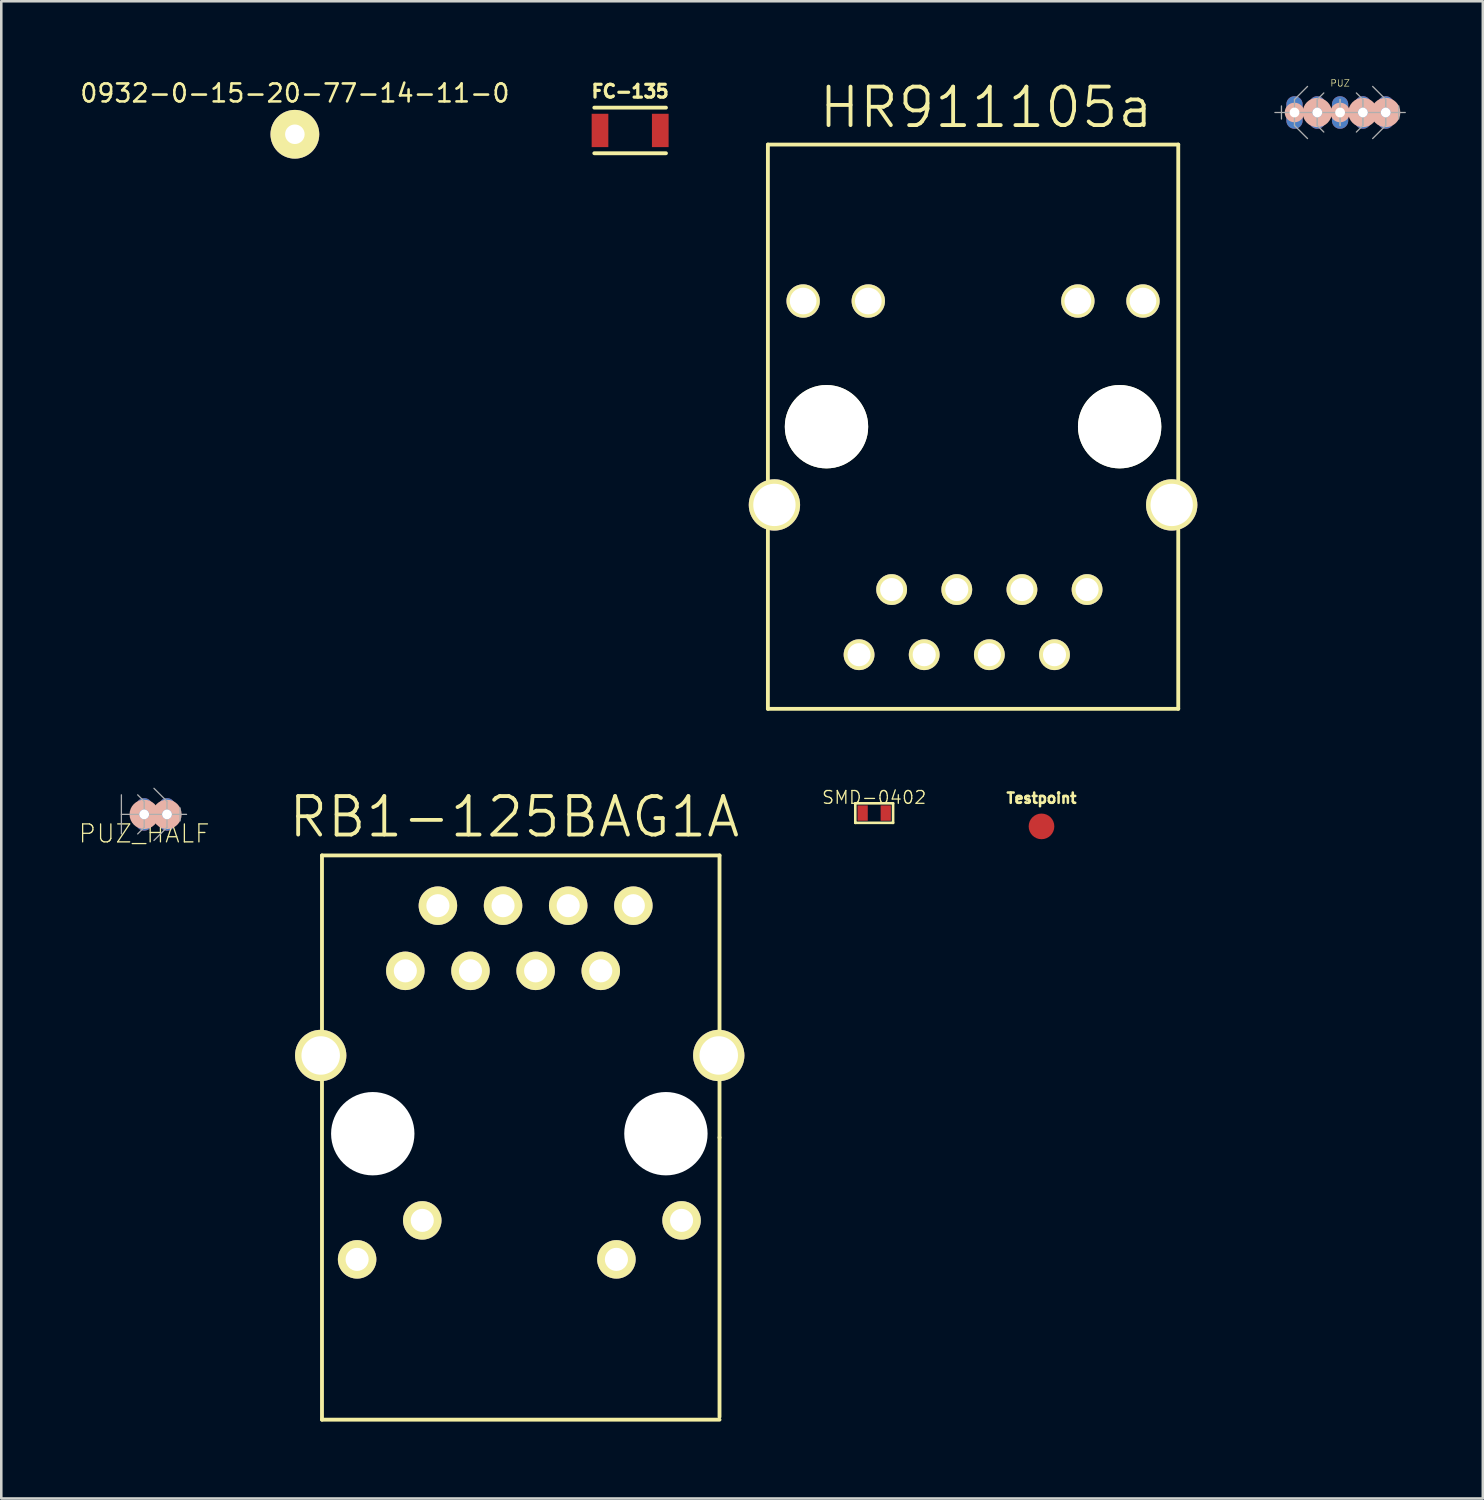
<source format=kicad_pcb>
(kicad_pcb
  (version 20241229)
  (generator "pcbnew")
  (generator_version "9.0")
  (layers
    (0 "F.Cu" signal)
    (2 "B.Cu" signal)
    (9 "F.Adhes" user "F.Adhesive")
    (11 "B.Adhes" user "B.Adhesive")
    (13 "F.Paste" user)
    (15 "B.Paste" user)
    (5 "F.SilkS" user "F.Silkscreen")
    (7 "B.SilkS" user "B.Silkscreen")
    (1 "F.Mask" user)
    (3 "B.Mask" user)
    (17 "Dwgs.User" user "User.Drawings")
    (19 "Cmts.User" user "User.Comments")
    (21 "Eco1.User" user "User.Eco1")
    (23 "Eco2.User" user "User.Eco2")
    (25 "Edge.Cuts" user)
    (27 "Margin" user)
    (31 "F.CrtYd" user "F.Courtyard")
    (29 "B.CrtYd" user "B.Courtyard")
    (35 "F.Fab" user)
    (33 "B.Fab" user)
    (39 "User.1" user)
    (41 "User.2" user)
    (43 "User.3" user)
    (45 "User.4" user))
  (footprint "HR911105a"
    (layer "F.Cu")
    (at 34.89 13.587)
    (property "Reference" "HR911105a" (at 0.508 -12.446 0) (layer "F.SilkS") (effects (font (size 1.5 1.5) (thickness 0.15))))
    (attr through_hole)
    (fp_line (start -8 -11) (end -8 11) (stroke (width 0.15) (type solid)) (layer "F.SilkS"))
    (fp_line (start -8 11) (end 8 11) (stroke (width 0.15) (type solid)) (layer "F.SilkS"))
    (fp_line (start 8 -11) (end -8 -11) (stroke (width 0.15) (type solid)) (layer "F.SilkS"))
    (fp_line (start 8 11) (end 8 -11) (stroke (width 0.15) (type solid)) (layer "F.SilkS"))
    (pad "" np_thru_hole circle (at -5.715 0) (size 3.25 3.25) (drill 3.25) (layers "*.Cu" "*.Mask" "F.SilkS"))
    (pad "" np_thru_hole circle (at 5.715 0) (size 3.25 3.25) (drill 3.25) (layers "*.Cu" "*.Mask" "F.SilkS"))
    (pad "1" thru_hole circle (at 4.445 6.35) (size 1.2 1.2) (drill 0.9) (layers "*.Cu" "*.Mask" "F.SilkS"))
    (pad "2" thru_hole circle (at 3.175 8.89) (size 1.2 1.2) (drill 0.9) (layers "*.Cu" "*.Mask" "F.SilkS"))
    (pad "3" thru_hole circle (at 1.905 6.35) (size 1.2 1.2) (drill 0.9) (layers "*.Cu" "*.Mask" "F.SilkS"))
    (pad "4" thru_hole circle (at 0.635 8.89) (size 1.2 1.2) (drill 0.9) (layers "*.Cu" "*.Mask" "F.SilkS"))
    (pad "5" thru_hole circle (at -0.635 6.35) (size 1.2 1.2) (drill 0.9) (layers "*.Cu" "*.Mask" "F.SilkS"))
    (pad "6" thru_hole circle (at -1.905 8.89) (size 1.2 1.2) (drill 0.9) (layers "*.Cu" "*.Mask" "F.SilkS"))
    (pad "7" thru_hole circle (at -3.175 6.35) (size 1.2 1.2) (drill 0.9) (layers "*.Cu" "*.Mask" "F.SilkS"))
    (pad "8" thru_hole circle (at -4.445 8.89) (size 1.2 1.2) (drill 0.9) (layers "*.Cu" "*.Mask" "F.SilkS"))
    (pad "9" thru_hole circle (at 6.625 -4.9) (size 1.3 1.3) (drill 1.04) (layers "*.Cu" "*.Mask" "F.SilkS"))
    (pad "10" thru_hole circle (at 4.085 -4.9) (size 1.3 1.3) (drill 1.04) (layers "*.Cu" "*.Mask" "F.SilkS"))
    (pad "11" thru_hole circle (at -4.085 -4.9) (size 1.3 1.3) (drill 1.04) (layers "*.Cu" "*.Mask" "F.SilkS"))
    (pad "12" thru_hole circle (at -6.625 -4.9) (size 1.3 1.3) (drill 1.04) (layers "*.Cu" "*.Mask" "F.SilkS"))
    (pad "13" thru_hole circle (at 7.745 3.05) (size 2 2) (drill 1.65) (layers "*.Cu" "*.Mask" "F.SilkS"))
    (pad "14" thru_hole circle (at -7.745 3.05) (size 2 2) (drill 1.65) (layers "*.Cu" "*.Mask" "F.SilkS")))
  (footprint "FC-135"
    (layer "F.Cu")
    (at 21.519 2.036)
    (property "Reference" "FC-135" (at 0 -1.524 0) (layer "F.SilkS") (effects (font (size 0.5 0.5) (thickness 0.125))))
    (attr through_hole)
    (fp_line (start -1.397 -0.889) (end 1.397 -0.889) (stroke (width 0.15) (type solid)) (layer "F.SilkS"))
    (fp_line (start -1.397 0.889) (end 1.397 0.889) (stroke (width 0.15) (type solid)) (layer "F.SilkS"))
    (pad "1" smd rect (at 1.175 0) (size 0.65 1.3) (layers "F.Cu" "F.Mask" "F.Paste"))
    (pad "2" smd rect (at -1.175 0) (size 0.65 1.3) (layers "F.Cu" "F.Mask" "F.Paste")))
  (footprint "PUZ_HALF"
    (layer "F.Cu")
    (at 1.683 28.703)
    (property "Reference" "PUZ_HALF" (at 0.889 0.75 0) (layer "F.SilkS") (effects (font (size 0.7 0.7) (thickness 0.05))))
    (attr through_hole)
    (fp_circle (center 0.889 0) (end 1.079 0) (stroke (width 0.381) (type solid)) (fill no) (layer "B.SilkS"))
    (fp_circle (center 1.778 0) (end 1.968 0) (stroke (width 0.381) (type solid)) (fill no) (layer "B.SilkS"))
    (fp_line (start 0 -0.762) (end 0 0.762) (stroke (width 0.05) (type solid)) (layer "F.Fab"))
    (fp_line (start 0.889 -0.508) (end 0.635 -0.762) (stroke (width 0.05) (type solid)) (layer "F.Fab"))
    (fp_line (start 0.889 0) (end 0.889 -0.508) (stroke (width 0.05) (type solid)) (layer "F.Fab"))
    (fp_line (start 0.889 0) (end 0.889 0.508) (stroke (width 0.05) (type solid)) (layer "F.Fab"))
    (fp_line (start 0.889 0.508) (end 0.635 0.762) (stroke (width 0.05) (type solid)) (layer "F.Fab"))
    (fp_line (start 1.778 -0.508) (end 1.27 -1.016) (stroke (width 0.05) (type solid)) (layer "F.Fab"))
    (fp_line (start 1.778 0) (end 1.778 -0.508) (stroke (width 0.05) (type solid)) (layer "F.Fab"))
    (fp_line (start 1.778 0) (end 1.778 0.508) (stroke (width 0.05) (type solid)) (layer "F.Fab"))
    (fp_line (start 1.778 0.508) (end 1.27 1.016) (stroke (width 0.05) (type solid)) (layer "F.Fab"))
    (fp_line (start 2.286 -0.254) (end 2.286 0.254) (stroke (width 0.05) (type solid)) (layer "F.Fab"))
    (fp_line (start 2.54 0) (end 0 0) (stroke (width 0.05) (type solid)) (layer "F.Fab"))
    (pad "1" thru_hole oval (at 0.889 0) (size 0.635 1.27) (drill 0.381) (layers "*.Cu"))
    (pad "2" thru_hole oval (at 1.778 0) (size 0.635 1.27) (drill 0.381) (layers "*.Cu")))
  (footprint "0932-0-15-20-77-14-11-0"
    (layer "F.Cu")
    (at 8.447 2.185)
    (property "Reference" "0932-0-15-20-77-14-11-0" (at 0 -1.6 0) (layer "F.SilkS") (effects (font (size 0.7 0.7) (thickness 0.1))))
    (attr through_hole)
    (pad "1" thru_hole circle (at 0 0) (size 1.9 1.9) (drill 0.762) (layers "*.Cu" "*.Mask" "F.SilkS")))
  (footprint "RB1-125BAG1A"
    (layer "F.Cu")
    (at 12.754 34.803)
    (property "Reference" "RB1-125BAG1A" (at 4.25 -6 0) (layer "F.SilkS") (effects (font (size 1.5 1.5) (thickness 0.15))))
    (attr through_hole)
    (fp_line (start -3.25 -4.5) (end -3.25 17.5) (stroke (width 0.15) (type solid)) (layer "F.SilkS"))
    (fp_line (start -3.25 -4.5) (end 12.25 -4.5) (stroke (width 0.15) (type solid)) (layer "F.SilkS"))
    (fp_line (start -3.25 17.5) (end 12.25 17.5) (stroke (width 0.15) (type solid)) (layer "F.SilkS"))
    (fp_line (start 12.25 -4.5) (end 12.25 6.5) (stroke (width 0.15) (type solid)) (layer "F.SilkS"))
    (fp_line (start 12.25 6.5) (end 12.25 17.39) (stroke (width 0.15) (type solid)) (layer "F.SilkS"))
    (pad "" np_thru_hole circle (at -1.27 6.35) (size 3.25 3.25) (drill 3.25) (layers "*.Cu"))
    (pad "" np_thru_hole circle (at 10.16 6.35) (size 3.25 3.25) (drill 3.25) (layers "*.Cu"))
    (pad "1" thru_hole circle (at 0 0) (size 1.5 1.5) (drill 0.9) (layers "*.Cu" "*.Mask" "F.SilkS"))
    (pad "2" thru_hole circle (at 1.27 -2.54) (size 1.5 1.5) (drill 0.9) (layers "*.Cu" "*.Mask" "F.SilkS"))
    (pad "3" thru_hole circle (at 2.54 0) (size 1.5 1.5) (drill 0.9) (layers "*.Cu" "*.Mask" "F.SilkS"))
    (pad "4" thru_hole circle (at 3.81 -2.54) (size 1.5 1.5) (drill 0.9) (layers "*.Cu" "*.Mask" "F.SilkS"))
    (pad "5" thru_hole circle (at 5.08 0) (size 1.5 1.5) (drill 0.9) (layers "*.Cu" "*.Mask" "F.SilkS"))
    (pad "6" thru_hole circle (at 6.35 -2.54) (size 1.5 1.5) (drill 0.9) (layers "*.Cu" "*.Mask" "F.SilkS"))
    (pad "7" thru_hole circle (at 7.62 0) (size 1.5 1.5) (drill 0.9) (layers "*.Cu" "*.Mask" "F.SilkS"))
    (pad "8" thru_hole circle (at 8.89 -2.54) (size 1.5 1.5) (drill 0.9) (layers "*.Cu" "*.Mask" "F.SilkS"))
    (pad "9" thru_hole circle (at 10.77 9.73) (size 1.5 1.5) (drill 0.9) (layers "*.Cu" "*.Mask" "F.SilkS"))
    (pad "10" thru_hole circle (at 8.23 11.25) (size 1.5 1.5) (drill 0.9) (layers "*.Cu" "*.Mask" "F.SilkS"))
    (pad "11" thru_hole circle (at 0.66 9.73) (size 1.5 1.5) (drill 0.9) (layers "*.Cu" "*.Mask" "F.SilkS"))
    (pad "12" thru_hole circle (at -1.88 11.25) (size 1.5 1.5) (drill 0.9) (layers "*.Cu" "*.Mask" "F.SilkS"))
    (pad "13" thru_hole circle (at -3.3 3.3) (size 2 2) (drill 1.5) (layers "*.Cu" "*.Mask" "F.SilkS"))
    (pad "14" thru_hole circle (at 12.22 3.3) (size 2 2) (drill 1.5) (layers "*.Cu" "*.Mask" "F.SilkS")))
  (footprint "Testpoint"
    (layer "F.Cu")
    (at 37.558 29.171)
    (property "Reference" "Testpoint" (at 0 -1.1 0) (layer "F.SilkS") (effects (font (size 0.4 0.4) (thickness 0.1))))
    (attr through_hole)
    (pad "1" smd circle (at 0 0) (size 1 1) (layers "F.Cu" "F.Mask")))
  (footprint "SMD-0402"
    (layer "F.Cu")
    (at 31.035 28.652)
    (property "Reference" "SMD-0402" (at 0 -0.61 0) (layer "F.SilkS") (effects (font (size 0.5 0.5) (thickness 0.05))))
    (attr smd)
    (fp_line (start -0.737 -0.381) (end -0.737 0.356) (stroke (width 0.102) (type solid)) (layer "F.SilkS"))
    (fp_line (start -0.737 0.356) (end -0.737 0.381) (stroke (width 0.102) (type solid)) (layer "F.SilkS"))
    (fp_line (start -0.737 0.381) (end 0.737 0.381) (stroke (width 0.102) (type solid)) (layer "F.SilkS"))
    (fp_line (start 0.737 -0.381) (end -0.737 -0.381) (stroke (width 0.102) (type solid)) (layer "F.SilkS"))
    (fp_line (start 0.737 0.381) (end 0.737 -0.381) (stroke (width 0.102) (type solid)) (layer "F.SilkS"))
    (pad "1" smd rect (at -0.45 0) (size 0.399 0.599) (layers "F.Cu" "F.Mask" "F.Paste"))
    (pad "2" smd rect (at 0.45 0) (size 0.399 0.599) (layers "F.Cu" "F.Mask" "F.Paste")))
  (footprint "PUZ"
    (layer "F.Cu")
    (at 49.2 1.336)
    (property "Reference" "PUZ" (at 0 -1.143 0) (layer "F.SilkS") (effects (font (size 0.254 0.254) (thickness 0.025))))
    (attr through_hole)
    (fp_circle (center -1.778 0) (end -1.587 0) (stroke (width 0.381) (type solid)) (fill no) (layer "B.SilkS"))
    (fp_circle (center -0.889 0) (end -0.699 0) (stroke (width 0.381) (type solid)) (fill no) (layer "B.SilkS"))
    (fp_circle (center 0 0) (end 0.191 0) (stroke (width 0.381) (type solid)) (fill no) (layer "B.SilkS"))
    (fp_circle (center 0.889 0) (end 1.079 0) (stroke (width 0.381) (type solid)) (fill no) (layer "B.SilkS"))
    (fp_circle (center 1.778 0) (end 1.968 0) (stroke (width 0.381) (type solid)) (fill no) (layer "B.SilkS"))
    (fp_line (start -2.54 0) (end 2.54 0) (stroke (width 0.05) (type solid)) (layer "F.Fab"))
    (fp_line (start -2.286 -0.254) (end -2.286 0.254) (stroke (width 0.05) (type solid)) (layer "F.Fab"))
    (fp_line (start -1.778 -0.508) (end -1.27 -1.016) (stroke (width 0.05) (type solid)) (layer "F.Fab"))
    (fp_line (start -1.778 0) (end -1.778 -0.508) (stroke (width 0.05) (type solid)) (layer "F.Fab"))
    (fp_line (start -1.778 0) (end -1.778 0.508) (stroke (width 0.05) (type solid)) (layer "F.Fab"))
    (fp_line (start -1.778 0.508) (end -1.27 1.016) (stroke (width 0.05) (type solid)) (layer "F.Fab"))
    (fp_line (start -0.889 -0.508) (end -0.635 -0.762) (stroke (width 0.05) (type solid)) (layer "F.Fab"))
    (fp_line (start -0.889 0) (end -0.889 -0.508) (stroke (width 0.05) (type solid)) (layer "F.Fab"))
    (fp_line (start -0.889 0) (end -0.889 -0.508) (stroke (width 0.05) (type solid)) (layer "F.Fab"))
    (fp_line (start -0.889 0) (end -0.889 0.508) (stroke (width 0.05) (type solid)) (layer "F.Fab"))
    (fp_line (start -0.889 0) (end -0.889 0.508) (stroke (width 0.05) (type solid)) (layer "F.Fab"))
    (fp_line (start -0.889 0.508) (end -0.635 0.762) (stroke (width 0.05) (type solid)) (layer "F.Fab"))
    (fp_line (start 0 -0.508) (end 0 0.508) (stroke (width 0.05) (type solid)) (layer "F.Fab"))
    (fp_line (start 0 0) (end 0 -0.508) (stroke (width 0.05) (type solid)) (layer "F.Fab"))
    (fp_line (start 0 0) (end 0 0.508) (stroke (width 0.05) (type solid)) (layer "F.Fab"))
    (fp_line (start 0.889 -0.508) (end 0.635 -0.762) (stroke (width 0.05) (type solid)) (layer "F.Fab"))
    (fp_line (start 0.889 0) (end 0.889 -0.508) (stroke (width 0.05) (type solid)) (layer "F.Fab"))
    (fp_line (start 0.889 0) (end 0.889 -0.508) (stroke (width 0.05) (type solid)) (layer "F.Fab"))
    (fp_line (start 0.889 0) (end 0.889 0.508) (stroke (width 0.05) (type solid)) (layer "F.Fab"))
    (fp_line (start 0.889 0) (end 0.889 0.508) (stroke (width 0.05) (type solid)) (layer "F.Fab"))
    (fp_line (start 0.889 0.508) (end 0.635 0.762) (stroke (width 0.05) (type solid)) (layer "F.Fab"))
    (fp_line (start 1.778 -0.508) (end 1.27 -1.016) (stroke (width 0.05) (type solid)) (layer "F.Fab"))
    (fp_line (start 1.778 0) (end 1.778 -0.508) (stroke (width 0.05) (type solid)) (layer "F.Fab"))
    (fp_line (start 1.778 0) (end 1.778 -0.508) (stroke (width 0.05) (type solid)) (layer "F.Fab"))
    (fp_line (start 1.778 0) (end 1.778 0.508) (stroke (width 0.05) (type solid)) (layer "F.Fab"))
    (fp_line (start 1.778 0) (end 1.778 0.508) (stroke (width 0.05) (type solid)) (layer "F.Fab"))
    (fp_line (start 1.778 0.508) (end 1.27 1.016) (stroke (width 0.05) (type solid)) (layer "F.Fab"))
    (fp_line (start 2.286 -0.254) (end 2.286 0.254) (stroke (width 0.05) (type solid)) (layer "F.Fab"))
    (pad "1" thru_hole oval (at -1.778 0) (size 0.635 1.27) (drill 0.381) (layers "*.Cu"))
    (pad "2" thru_hole oval (at -0.889 0) (size 0.635 1.27) (drill 0.381) (layers "*.Cu"))
    (pad "3" thru_hole oval (at 0 0) (size 0.635 1.27) (drill 0.381) (layers "*.Cu"))
    (pad "4" thru_hole oval (at 0.889 0) (size 0.635 1.27) (drill 0.381) (layers "*.Cu"))
    (pad "5" thru_hole oval (at 1.778 0) (size 0.635 1.27) (drill 0.381) (layers "*.Cu")))
  (gr_rect
    (start -3 -3)
    (end 54.765 55.377)
    (stroke (width 0.1) (type default))
    (fill no)
    (layer "Edge.Cuts")))
</source>
